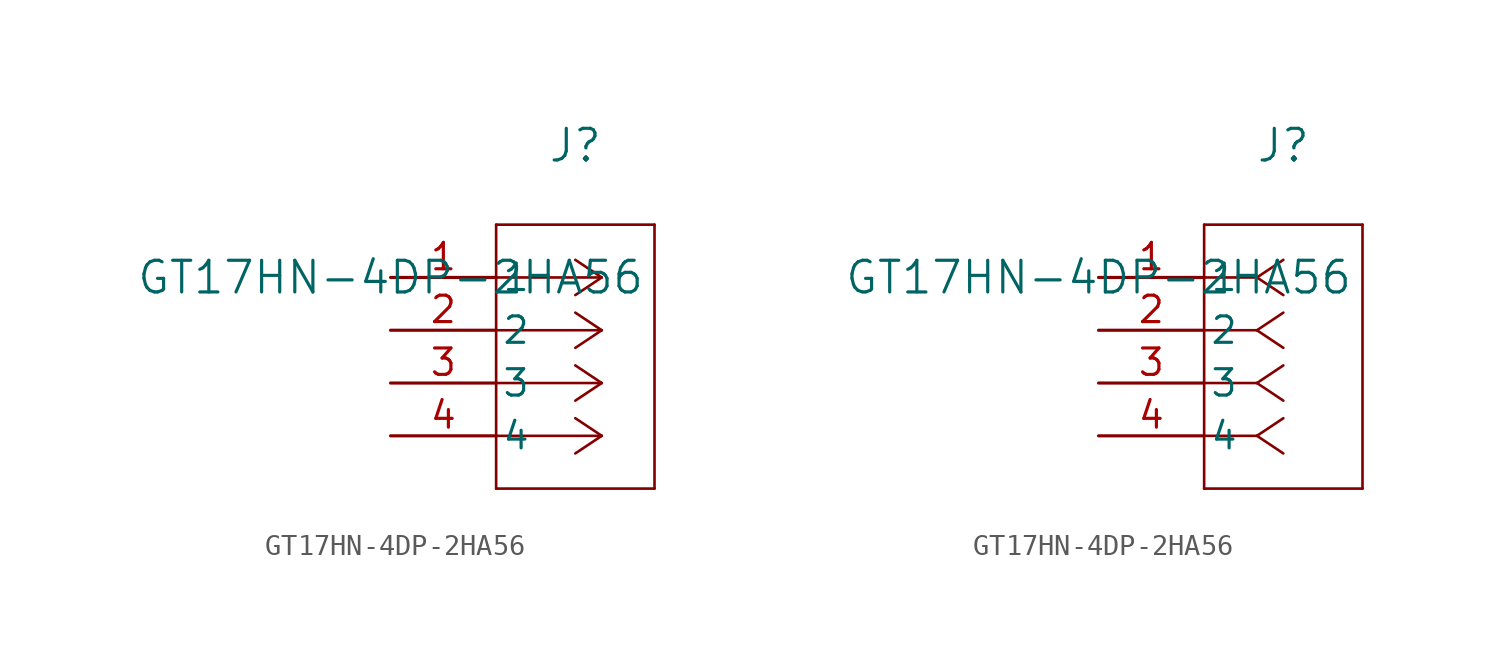
<source format=kicad_sym>
(kicad_symbol_lib
  (version 20211014)
  (generator kicad_symbol_editor)
  (symbol "GT17HN-4DP-2HA56"
    (pin_names
      (offset 0.254))
    (property "Reference" "J"
      (at 8.89 6.35 0)
      (effects (font (size 1.524 1.524))))
    (property "Value" "GT17HN-4DP-2HA56"
      (at 0 0 0)
      (effects (font (size 1.524 1.524))))
    (symbol "GT17HN-4DP-2HA56_1_1"
      (polyline (pts (xy 10.16 0) (xy 5.08 0)) (stroke (width 0.127) (type default) (color 0 0 0 0)) (fill (type none)))
      (polyline (pts (xy 10.16 -2.54) (xy 5.08 -2.54)) (stroke (width 0.127) (type default) (color 0 0 0 0)) (fill (type none)))
      (polyline (pts (xy 10.16 -5.08) (xy 5.08 -5.08)) (stroke (width 0.127) (type default) (color 0 0 0 0)) (fill (type none)))
      (polyline (pts (xy 10.16 -7.62) (xy 5.08 -7.62)) (stroke (width 0.127) (type default) (color 0 0 0 0)) (fill (type none)))
      (polyline (pts (xy 10.16 0) (xy 8.89 0.847)) (stroke (width 0.127) (type default) (color 0 0 0 0)) (fill (type none)))
      (polyline (pts (xy 10.16 -2.54) (xy 8.89 -1.693)) (stroke (width 0.127) (type default) (color 0 0 0 0)) (fill (type none)))
      (polyline (pts (xy 10.16 -5.08) (xy 8.89 -4.233)) (stroke (width 0.127) (type default) (color 0 0 0 0)) (fill (type none)))
      (polyline (pts (xy 10.16 -7.62) (xy 8.89 -6.773)) (stroke (width 0.127) (type default) (color 0 0 0 0)) (fill (type none)))
      (polyline (pts (xy 10.16 0) (xy 8.89 -0.847)) (stroke (width 0.127) (type default) (color 0 0 0 0)) (fill (type none)))
      (polyline (pts (xy 10.16 -2.54) (xy 8.89 -3.387)) (stroke (width 0.127) (type default) (color 0 0 0 0)) (fill (type none)))
      (polyline (pts (xy 10.16 -5.08) (xy 8.89 -5.927)) (stroke (width 0.127) (type default) (color 0 0 0 0)) (fill (type none)))
      (polyline (pts (xy 10.16 -7.62) (xy 8.89 -8.467)) (stroke (width 0.127) (type default) (color 0 0 0 0)) (fill (type none)))
      (polyline (pts (xy 5.08 2.54) (xy 5.08 -10.16)) (stroke (width 0.127) (type default) (color 0 0 0 0)) (fill (type none)))
      (polyline (pts (xy 5.08 -10.16) (xy 12.7 -10.16)) (stroke (width 0.127) (type default) (color 0 0 0 0)) (fill (type none)))
      (polyline (pts (xy 12.7 -10.16) (xy 12.7 2.54)) (stroke (width 0.127) (type default) (color 0 0 0 0)) (fill (type none)))
      (polyline (pts (xy 12.7 2.54) (xy 5.08 2.54)) (stroke (width 0.127) (type default) (color 0 0 0 0)) (fill (type none)))
      (pin unspecified line (at 0 0 0) (length 5.08) (name "1" (effects (font (size 1.27 1.27)))) (number "1" (effects (font (size 1.27 1.27)))))
      (pin unspecified line (at 0 -2.54 0) (length 5.08) (name "2" (effects (font (size 1.27 1.27)))) (number "2" (effects (font (size 1.27 1.27)))))
      (pin unspecified line (at 0 -5.08 0) (length 5.08) (name "3" (effects (font (size 1.27 1.27)))) (number "3" (effects (font (size 1.27 1.27)))))
      (pin unspecified line (at 0 -7.62 0) (length 5.08) (name "4" (effects (font (size 1.27 1.27)))) (number "4" (effects (font (size 1.27 1.27))))))
    (symbol "GT17HN-4DP-2HA56_1_2"
      (polyline (pts (xy 7.62 0) (xy 5.08 0)) (stroke (width 0.127) (type default) (color 0 0 0 0)) (fill (type none)))
      (polyline (pts (xy 7.62 -2.54) (xy 5.08 -2.54)) (stroke (width 0.127) (type default) (color 0 0 0 0)) (fill (type none)))
      (polyline (pts (xy 7.62 -5.08) (xy 5.08 -5.08)) (stroke (width 0.127) (type default) (color 0 0 0 0)) (fill (type none)))
      (polyline (pts (xy 7.62 -7.62) (xy 5.08 -7.62)) (stroke (width 0.127) (type default) (color 0 0 0 0)) (fill (type none)))
      (polyline (pts (xy 7.62 0) (xy 8.89 0.847)) (stroke (width 0.127) (type default) (color 0 0 0 0)) (fill (type none)))
      (polyline (pts (xy 7.62 -2.54) (xy 8.89 -1.693)) (stroke (width 0.127) (type default) (color 0 0 0 0)) (fill (type none)))
      (polyline (pts (xy 7.62 -5.08) (xy 8.89 -4.233)) (stroke (width 0.127) (type default) (color 0 0 0 0)) (fill (type none)))
      (polyline (pts (xy 7.62 -7.62) (xy 8.89 -6.773)) (stroke (width 0.127) (type default) (color 0 0 0 0)) (fill (type none)))
      (polyline (pts (xy 7.62 0) (xy 8.89 -0.847)) (stroke (width 0.127) (type default) (color 0 0 0 0)) (fill (type none)))
      (polyline (pts (xy 7.62 -2.54) (xy 8.89 -3.387)) (stroke (width 0.127) (type default) (color 0 0 0 0)) (fill (type none)))
      (polyline (pts (xy 7.62 -5.08) (xy 8.89 -5.927)) (stroke (width 0.127) (type default) (color 0 0 0 0)) (fill (type none)))
      (polyline (pts (xy 7.62 -7.62) (xy 8.89 -8.467)) (stroke (width 0.127) (type default) (color 0 0 0 0)) (fill (type none)))
      (polyline (pts (xy 5.08 2.54) (xy 5.08 -10.16)) (stroke (width 0.127) (type default) (color 0 0 0 0)) (fill (type none)))
      (polyline (pts (xy 5.08 -10.16) (xy 12.7 -10.16)) (stroke (width 0.127) (type default) (color 0 0 0 0)) (fill (type none)))
      (polyline (pts (xy 12.7 -10.16) (xy 12.7 2.54)) (stroke (width 0.127) (type default) (color 0 0 0 0)) (fill (type none)))
      (polyline (pts (xy 12.7 2.54) (xy 5.08 2.54)) (stroke (width 0.127) (type default) (color 0 0 0 0)) (fill (type none)))
      (pin unspecified line (at 0 0 0) (length 5.08) (name "1" (effects (font (size 1.27 1.27)))) (number "1" (effects (font (size 1.27 1.27)))))
      (pin unspecified line (at 0 -2.54 0) (length 5.08) (name "2" (effects (font (size 1.27 1.27)))) (number "2" (effects (font (size 1.27 1.27)))))
      (pin unspecified line (at 0 -5.08 0) (length 5.08) (name "3" (effects (font (size 1.27 1.27)))) (number "3" (effects (font (size 1.27 1.27)))))
      (pin unspecified line (at 0 -7.62 0) (length 5.08) (name "4" (effects (font (size 1.27 1.27)))) (number "4" (effects (font (size 1.27 1.27))))))))
</source>
